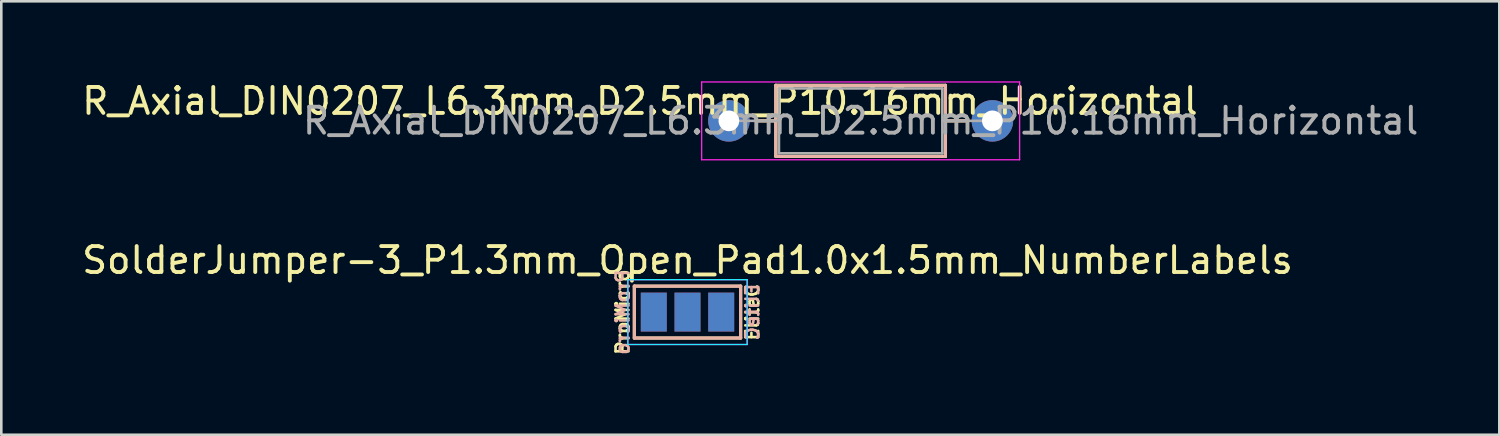
<source format=kicad_pcb>
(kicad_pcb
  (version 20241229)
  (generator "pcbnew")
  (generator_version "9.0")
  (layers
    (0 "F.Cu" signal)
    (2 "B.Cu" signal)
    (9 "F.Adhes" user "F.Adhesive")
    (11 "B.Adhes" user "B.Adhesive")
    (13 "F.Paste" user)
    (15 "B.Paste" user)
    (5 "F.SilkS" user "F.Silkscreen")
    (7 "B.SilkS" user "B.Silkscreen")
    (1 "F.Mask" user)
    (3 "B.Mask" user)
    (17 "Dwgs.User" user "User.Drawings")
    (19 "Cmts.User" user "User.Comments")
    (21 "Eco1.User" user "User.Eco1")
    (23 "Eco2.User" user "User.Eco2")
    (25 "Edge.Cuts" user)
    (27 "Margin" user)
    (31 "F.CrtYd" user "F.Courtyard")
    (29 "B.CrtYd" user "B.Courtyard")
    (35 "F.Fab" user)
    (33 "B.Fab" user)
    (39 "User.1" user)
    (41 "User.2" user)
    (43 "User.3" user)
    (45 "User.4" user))
  (footprint "SolderJumper-3_P1.3mm_Open_Pad1.0x1.5mm_NumberLabels"
    (layer "F.Cu")
    (at 23.458 8.983)
    (property "Reference" "SolderJumper-3_P1.3mm_Open_Pad1.0x1.5mm_NumberLabels" (at 0 -2 180) (layer "F.SilkS") (effects (font (size 1 1) (thickness 0.15))))
    (attr exclude_from_pos_files exclude_from_bom)
    (fp_line (start -2.05 -1) (end 2.05 -1) (stroke (width 0.12) (type solid)) (layer "F.SilkS"))
    (fp_line (start -2.05 1) (end -2.05 -1) (stroke (width 0.12) (type solid)) (layer "F.SilkS"))
    (fp_line (start 2.05 -1) (end 2.05 1) (stroke (width 0.12) (type solid)) (layer "F.SilkS"))
    (fp_line (start 2.05 1) (end -2.05 1) (stroke (width 0.12) (type solid)) (layer "F.SilkS"))
    (fp_line (start -2.05 -1) (end 2.05 -1) (stroke (width 0.12) (type solid)) (layer "B.SilkS"))
    (fp_line (start -2.05 1) (end -2.05 -1) (stroke (width 0.12) (type solid)) (layer "B.SilkS"))
    (fp_line (start 2.05 -1) (end 2.05 1) (stroke (width 0.12) (type solid)) (layer "B.SilkS"))
    (fp_line (start 2.05 1) (end -2.05 1) (stroke (width 0.12) (type solid)) (layer "B.SilkS"))
    (fp_line (start -2.3 -1.25) (end -2.3 1.25) (stroke (width 0.05) (type solid)) (layer "B.CrtYd"))
    (fp_line (start -2.3 -1.25) (end 2.3 -1.25) (stroke (width 0.05) (type solid)) (layer "B.CrtYd"))
    (fp_line (start 2.3 1.25) (end -2.3 1.25) (stroke (width 0.05) (type solid)) (layer "B.CrtYd"))
    (fp_line (start 2.3 1.25) (end 2.3 -1.25) (stroke (width 0.05) (type solid)) (layer "B.CrtYd"))
    (fp_line (start -2.3 -1.25) (end -2.3 1.25) (stroke (width 0.05) (type solid)) (layer "F.CrtYd"))
    (fp_line (start -2.3 -1.25) (end 2.3 -1.25) (stroke (width 0.05) (type solid)) (layer "F.CrtYd"))
    (fp_line (start 2.3 1.25) (end -2.3 1.25) (stroke (width 0.05) (type solid)) (layer "F.CrtYd"))
    (fp_line (start 2.3 1.25) (end 2.3 -1.25) (stroke (width 0.05) (type solid)) (layer "F.CrtYd"))
    (fp_text user "ProMicro" (at -2.5 0 270) (layer "F.SilkS") (effects (font (size 0.5 0.5) (thickness 0.1))))
    (fp_text user "EliteC" (at 2.5 0 90) (layer "F.SilkS") (effects (font (size 0.5 0.5) (thickness 0.1))))
    (fp_text user "EliteC" (at 2.5 0 270) (layer "B.SilkS") (effects (font (size 0.5 0.5) (thickness 0.1)) (justify mirror)))
    (fp_text user "ProMicro" (at -2.5 0 270) (layer "B.SilkS") (effects (font (size 0.5 0.5) (thickness 0.1)) (justify mirror)))
    (pad "1" smd rect (at -1.3 0) (size 1 1.5) (layers "F.Cu" "F.Mask"))
    (pad "1" smd rect (at -1.3 0) (size 1 1.5) (layers "B.Cu" "B.Mask"))
    (pad "2" smd rect (at 0 0) (size 1 1.5) (layers "F.Cu" "F.Mask"))
    (pad "2" smd rect (at 0 0) (size 1 1.5) (layers "B.Cu" "B.Mask"))
    (pad "3" smd rect (at 1.3 0) (size 1 1.5) (layers "F.Cu" "F.Mask"))
    (pad "3" smd rect (at 1.3 0) (size 1 1.5) (layers "B.Cu" "B.Mask")))
  (footprint "R_Axial_DIN0207_L6.3mm_D2.5mm_P10.16mm_Horizontal"
    (layer "F.Cu")
    (at 25.054 1.61)
    (property "Reference" "R_Axial_DIN0207_L6.3mm_D2.5mm_P10.16mm_Horizontal" (at -3.429 -0.762 0) (layer "F.SilkS") (effects (font (size 1 1) (thickness 0.15))))
    (attr through_hole)
    (fp_line (start 1.04 0) (end 1.81 0) (stroke (width 0.12) (type solid)) (layer "F.SilkS"))
    (fp_line (start 1.81 -1.37) (end 1.81 1.37) (stroke (width 0.12) (type solid)) (layer "F.SilkS"))
    (fp_line (start 1.81 1.37) (end 8.35 1.37) (stroke (width 0.12) (type solid)) (layer "F.SilkS"))
    (fp_line (start 8.35 -1.37) (end 1.81 -1.37) (stroke (width 0.12) (type solid)) (layer "F.SilkS"))
    (fp_line (start 8.35 1.37) (end 8.35 -1.37) (stroke (width 0.12) (type solid)) (layer "F.SilkS"))
    (fp_line (start 9.12 0) (end 8.35 0) (stroke (width 0.12) (type solid)) (layer "F.SilkS"))
    (fp_line (start 1.04 0) (end 1.81 0) (stroke (width 0.12) (type solid)) (layer "B.SilkS"))
    (fp_line (start 1.81 -1.37) (end 1.81 1.37) (stroke (width 0.12) (type solid)) (layer "B.SilkS"))
    (fp_line (start 1.81 1.37) (end 8.35 1.37) (stroke (width 0.12) (type solid)) (layer "B.SilkS"))
    (fp_line (start 8.35 -1.37) (end 1.81 -1.37) (stroke (width 0.12) (type solid)) (layer "B.SilkS"))
    (fp_line (start 8.35 1.37) (end 8.35 -1.37) (stroke (width 0.12) (type solid)) (layer "B.SilkS"))
    (fp_line (start 9.12 0) (end 8.35 0) (stroke (width 0.12) (type solid)) (layer "B.SilkS"))
    (fp_line (start -1.05 -1.5) (end -1.05 1.5) (stroke (width 0.05) (type solid)) (layer "F.CrtYd"))
    (fp_line (start -1.05 1.5) (end 11.21 1.5) (stroke (width 0.05) (type solid)) (layer "F.CrtYd"))
    (fp_line (start 11.21 -1.5) (end -1.05 -1.5) (stroke (width 0.05) (type solid)) (layer "F.CrtYd"))
    (fp_line (start 11.21 1.5) (end 11.21 -1.5) (stroke (width 0.05) (type solid)) (layer "F.CrtYd"))
    (fp_line (start 0 0) (end 1.93 0) (stroke (width 0.1) (type solid)) (layer "F.Fab"))
    (fp_line (start 1.93 -1.25) (end 1.93 1.25) (stroke (width 0.1) (type solid)) (layer "F.Fab"))
    (fp_line (start 1.93 1.25) (end 8.23 1.25) (stroke (width 0.1) (type solid)) (layer "F.Fab"))
    (fp_line (start 8.23 -1.25) (end 1.93 -1.25) (stroke (width 0.1) (type solid)) (layer "F.Fab"))
    (fp_line (start 8.23 1.25) (end 8.23 -1.25) (stroke (width 0.1) (type solid)) (layer "F.Fab"))
    (fp_line (start 10.16 0) (end 8.23 0) (stroke (width 0.1) (type solid)) (layer "F.Fab"))
    (fp_text user "${REFERENCE}" (at 5.08 0 0) (layer "F.Fab") (effects (font (size 1 1) (thickness 0.15))))
    (pad "1" thru_hole circle (at 0 0) (size 1.6 1.6) (drill 0.8) (layers "*.Cu" "*.Mask"))
    (pad "2" thru_hole oval (at 10.16 0) (size 1.6 1.6) (drill 0.8) (layers "*.Cu" "*.Mask")))
  (gr_rect
    (start -3 -3)
    (end 54.759 13.714)
    (stroke (width 0.1) (type default))
    (fill no)
    (layer "Edge.Cuts")))
</source>
